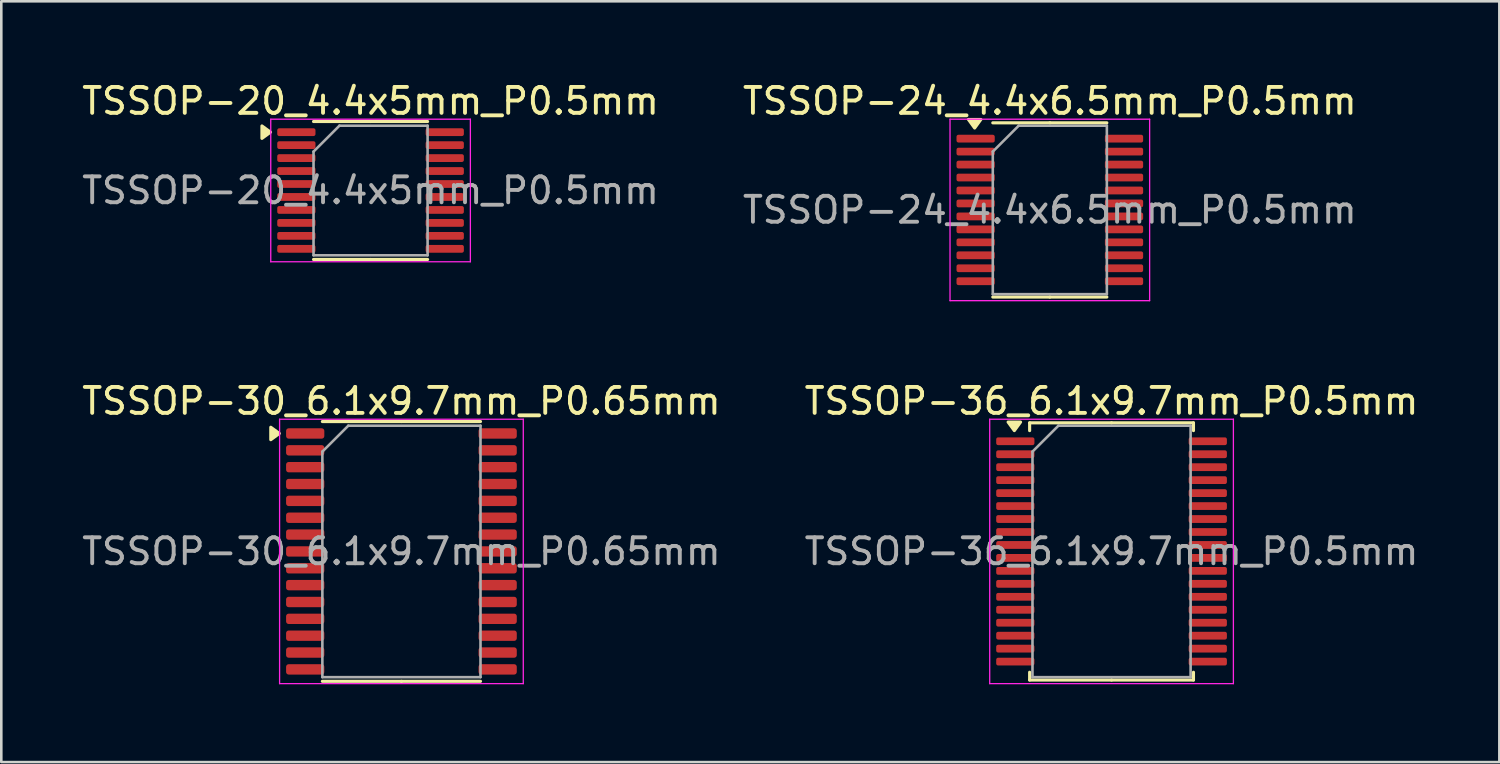
<source format=kicad_pcb>
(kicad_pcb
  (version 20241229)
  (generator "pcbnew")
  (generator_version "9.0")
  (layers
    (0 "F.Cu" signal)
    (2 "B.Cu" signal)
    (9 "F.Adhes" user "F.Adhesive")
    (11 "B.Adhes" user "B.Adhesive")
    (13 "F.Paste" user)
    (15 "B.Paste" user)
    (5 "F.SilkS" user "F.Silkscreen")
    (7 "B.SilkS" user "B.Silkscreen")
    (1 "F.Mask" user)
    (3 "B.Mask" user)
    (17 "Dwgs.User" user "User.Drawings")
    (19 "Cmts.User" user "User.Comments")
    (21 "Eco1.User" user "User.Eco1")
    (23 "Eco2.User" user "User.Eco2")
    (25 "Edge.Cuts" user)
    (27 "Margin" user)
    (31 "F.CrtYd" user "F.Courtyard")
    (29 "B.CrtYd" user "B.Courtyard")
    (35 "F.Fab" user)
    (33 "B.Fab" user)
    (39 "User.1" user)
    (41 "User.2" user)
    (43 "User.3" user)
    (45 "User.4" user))
  (footprint "TSSOP-36_6.1x9.7mm_P0.5mm"
    (layer "F.Cu")
    (at 39.827 18.221)
    (property "Reference" "TSSOP-36_6.1x9.7mm_P0.5mm" (at 0 -5.8 0) (layer "F.SilkS") (effects (font (size 1 1) (thickness 0.15))))
    (attr smd)
    (fp_line (start -3.16 -4.96) (end -3.16 -4.66) (stroke (width 0.12) (type solid)) (layer "F.SilkS"))
    (fp_line (start -3.16 4.96) (end -3.16 4.66) (stroke (width 0.12) (type solid)) (layer "F.SilkS"))
    (fp_line (start 0 -4.96) (end -3.16 -4.96) (stroke (width 0.12) (type solid)) (layer "F.SilkS"))
    (fp_line (start 0 -4.96) (end 3.16 -4.96) (stroke (width 0.12) (type solid)) (layer "F.SilkS"))
    (fp_line (start 0 4.96) (end -3.16 4.96) (stroke (width 0.12) (type solid)) (layer "F.SilkS"))
    (fp_line (start 0 4.96) (end 3.16 4.96) (stroke (width 0.12) (type solid)) (layer "F.SilkS"))
    (fp_line (start 3.16 -4.96) (end 3.16 -4.66) (stroke (width 0.12) (type solid)) (layer "F.SilkS"))
    (fp_line (start 3.16 4.96) (end 3.16 4.66) (stroke (width 0.12) (type solid)) (layer "F.SilkS"))
    (fp_poly (pts (xy -3.75 -4.66) (xy -3.99 -4.99) (xy -3.51 -4.99) (xy -3.75 -4.66)) (stroke (width 0.12) (type solid)) (fill yes) (layer "F.SilkS"))
    (fp_line (start -4.7 -5.1) (end -4.7 5.1) (stroke (width 0.05) (type solid)) (layer "F.CrtYd"))
    (fp_line (start -4.7 5.1) (end 4.7 5.1) (stroke (width 0.05) (type solid)) (layer "F.CrtYd"))
    (fp_line (start 4.7 -5.1) (end -4.7 -5.1) (stroke (width 0.05) (type solid)) (layer "F.CrtYd"))
    (fp_line (start 4.7 5.1) (end 4.7 -5.1) (stroke (width 0.05) (type solid)) (layer "F.CrtYd"))
    (fp_line (start -3.05 -3.85) (end -2.05 -4.85) (stroke (width 0.1) (type solid)) (layer "F.Fab"))
    (fp_line (start -3.05 4.85) (end -3.05 -3.85) (stroke (width 0.1) (type solid)) (layer "F.Fab"))
    (fp_line (start -2.05 -4.85) (end 3.05 -4.85) (stroke (width 0.1) (type solid)) (layer "F.Fab"))
    (fp_line (start 3.05 -4.85) (end 3.05 4.85) (stroke (width 0.1) (type solid)) (layer "F.Fab"))
    (fp_line (start 3.05 4.85) (end -3.05 4.85) (stroke (width 0.1) (type solid)) (layer "F.Fab"))
    (fp_text user "${REFERENCE}" (at 0 0 0) (layer "F.Fab") (effects (font (size 1 1) (thickness 0.15))))
    (pad "1" smd roundrect (at -3.712 -4.25) (size 1.475 0.3) (layers "F.Cu" "F.Mask" "F.Paste") (roundrect_rratio 0.25))
    (pad "2" smd roundrect (at -3.712 -3.75) (size 1.475 0.3) (layers "F.Cu" "F.Mask" "F.Paste") (roundrect_rratio 0.25))
    (pad "3" smd roundrect (at -3.712 -3.25) (size 1.475 0.3) (layers "F.Cu" "F.Mask" "F.Paste") (roundrect_rratio 0.25))
    (pad "4" smd roundrect (at -3.712 -2.75) (size 1.475 0.3) (layers "F.Cu" "F.Mask" "F.Paste") (roundrect_rratio 0.25))
    (pad "5" smd roundrect (at -3.712 -2.25) (size 1.475 0.3) (layers "F.Cu" "F.Mask" "F.Paste") (roundrect_rratio 0.25))
    (pad "6" smd roundrect (at -3.712 -1.75) (size 1.475 0.3) (layers "F.Cu" "F.Mask" "F.Paste") (roundrect_rratio 0.25))
    (pad "7" smd roundrect (at -3.712 -1.25) (size 1.475 0.3) (layers "F.Cu" "F.Mask" "F.Paste") (roundrect_rratio 0.25))
    (pad "8" smd roundrect (at -3.712 -0.75) (size 1.475 0.3) (layers "F.Cu" "F.Mask" "F.Paste") (roundrect_rratio 0.25))
    (pad "9" smd roundrect (at -3.712 -0.25) (size 1.475 0.3) (layers "F.Cu" "F.Mask" "F.Paste") (roundrect_rratio 0.25))
    (pad "10" smd roundrect (at -3.712 0.25) (size 1.475 0.3) (layers "F.Cu" "F.Mask" "F.Paste") (roundrect_rratio 0.25))
    (pad "11" smd roundrect (at -3.712 0.75) (size 1.475 0.3) (layers "F.Cu" "F.Mask" "F.Paste") (roundrect_rratio 0.25))
    (pad "12" smd roundrect (at -3.712 1.25) (size 1.475 0.3) (layers "F.Cu" "F.Mask" "F.Paste") (roundrect_rratio 0.25))
    (pad "13" smd roundrect (at -3.712 1.75) (size 1.475 0.3) (layers "F.Cu" "F.Mask" "F.Paste") (roundrect_rratio 0.25))
    (pad "14" smd roundrect (at -3.712 2.25) (size 1.475 0.3) (layers "F.Cu" "F.Mask" "F.Paste") (roundrect_rratio 0.25))
    (pad "15" smd roundrect (at -3.712 2.75) (size 1.475 0.3) (layers "F.Cu" "F.Mask" "F.Paste") (roundrect_rratio 0.25))
    (pad "16" smd roundrect (at -3.712 3.25) (size 1.475 0.3) (layers "F.Cu" "F.Mask" "F.Paste") (roundrect_rratio 0.25))
    (pad "17" smd roundrect (at -3.712 3.75) (size 1.475 0.3) (layers "F.Cu" "F.Mask" "F.Paste") (roundrect_rratio 0.25))
    (pad "18" smd roundrect (at -3.712 4.25) (size 1.475 0.3) (layers "F.Cu" "F.Mask" "F.Paste") (roundrect_rratio 0.25))
    (pad "19" smd roundrect (at 3.712 4.25) (size 1.475 0.3) (layers "F.Cu" "F.Mask" "F.Paste") (roundrect_rratio 0.25))
    (pad "20" smd roundrect (at 3.712 3.75) (size 1.475 0.3) (layers "F.Cu" "F.Mask" "F.Paste") (roundrect_rratio 0.25))
    (pad "21" smd roundrect (at 3.712 3.25) (size 1.475 0.3) (layers "F.Cu" "F.Mask" "F.Paste") (roundrect_rratio 0.25))
    (pad "22" smd roundrect (at 3.712 2.75) (size 1.475 0.3) (layers "F.Cu" "F.Mask" "F.Paste") (roundrect_rratio 0.25))
    (pad "23" smd roundrect (at 3.712 2.25) (size 1.475 0.3) (layers "F.Cu" "F.Mask" "F.Paste") (roundrect_rratio 0.25))
    (pad "24" smd roundrect (at 3.712 1.75) (size 1.475 0.3) (layers "F.Cu" "F.Mask" "F.Paste") (roundrect_rratio 0.25))
    (pad "25" smd roundrect (at 3.712 1.25) (size 1.475 0.3) (layers "F.Cu" "F.Mask" "F.Paste") (roundrect_rratio 0.25))
    (pad "26" smd roundrect (at 3.712 0.75) (size 1.475 0.3) (layers "F.Cu" "F.Mask" "F.Paste") (roundrect_rratio 0.25))
    (pad "27" smd roundrect (at 3.712 0.25) (size 1.475 0.3) (layers "F.Cu" "F.Mask" "F.Paste") (roundrect_rratio 0.25))
    (pad "28" smd roundrect (at 3.712 -0.25) (size 1.475 0.3) (layers "F.Cu" "F.Mask" "F.Paste") (roundrect_rratio 0.25))
    (pad "29" smd roundrect (at 3.712 -0.75) (size 1.475 0.3) (layers "F.Cu" "F.Mask" "F.Paste") (roundrect_rratio 0.25))
    (pad "30" smd roundrect (at 3.712 -1.25) (size 1.475 0.3) (layers "F.Cu" "F.Mask" "F.Paste") (roundrect_rratio 0.25))
    (pad "31" smd roundrect (at 3.712 -1.75) (size 1.475 0.3) (layers "F.Cu" "F.Mask" "F.Paste") (roundrect_rratio 0.25))
    (pad "32" smd roundrect (at 3.712 -2.25) (size 1.475 0.3) (layers "F.Cu" "F.Mask" "F.Paste") (roundrect_rratio 0.25))
    (pad "33" smd roundrect (at 3.712 -2.75) (size 1.475 0.3) (layers "F.Cu" "F.Mask" "F.Paste") (roundrect_rratio 0.25))
    (pad "34" smd roundrect (at 3.712 -3.25) (size 1.475 0.3) (layers "F.Cu" "F.Mask" "F.Paste") (roundrect_rratio 0.25))
    (pad "35" smd roundrect (at 3.712 -3.75) (size 1.475 0.3) (layers "F.Cu" "F.Mask" "F.Paste") (roundrect_rratio 0.25))
    (pad "36" smd roundrect (at 3.712 -4.25) (size 1.475 0.3) (layers "F.Cu" "F.Mask" "F.Paste") (roundrect_rratio 0.25)))
  (footprint "TSSOP-30_6.1x9.7mm_P0.65mm"
    (layer "F.Cu")
    (at 12.435 18.221)
    (property "Reference" "TSSOP-30_6.1x9.7mm_P0.65mm" (at 0 -5.8 0) (layer "F.SilkS") (effects (font (size 1 1) (thickness 0.15))))
    (attr smd)
    (fp_line (start 0 -5.01) (end -3.05 -5.01) (stroke (width 0.12) (type solid)) (layer "F.SilkS"))
    (fp_line (start 0 -5.01) (end 3.05 -5.01) (stroke (width 0.12) (type solid)) (layer "F.SilkS"))
    (fp_line (start 0 5.01) (end -3.05 5.01) (stroke (width 0.12) (type solid)) (layer "F.SilkS"))
    (fp_line (start 0 5.01) (end 3.05 5.01) (stroke (width 0.12) (type solid)) (layer "F.SilkS"))
    (fp_poly (pts (xy -4.71 -4.55) (xy -5.04 -4.79) (xy -5.04 -4.31) (xy -4.71 -4.55)) (stroke (width 0.12) (type solid)) (fill yes) (layer "F.SilkS"))
    (fp_line (start -4.7 -5.1) (end -4.7 5.1) (stroke (width 0.05) (type solid)) (layer "F.CrtYd"))
    (fp_line (start -4.7 5.1) (end 4.7 5.1) (stroke (width 0.05) (type solid)) (layer "F.CrtYd"))
    (fp_line (start 4.7 -5.1) (end -4.7 -5.1) (stroke (width 0.05) (type solid)) (layer "F.CrtYd"))
    (fp_line (start 4.7 5.1) (end 4.7 -5.1) (stroke (width 0.05) (type solid)) (layer "F.CrtYd"))
    (fp_line (start -3.05 -3.85) (end -2.05 -4.85) (stroke (width 0.1) (type solid)) (layer "F.Fab"))
    (fp_line (start -3.05 4.85) (end -3.05 -3.85) (stroke (width 0.1) (type solid)) (layer "F.Fab"))
    (fp_line (start -2.05 -4.85) (end 3.05 -4.85) (stroke (width 0.1) (type solid)) (layer "F.Fab"))
    (fp_line (start 3.05 -4.85) (end 3.05 4.85) (stroke (width 0.1) (type solid)) (layer "F.Fab"))
    (fp_line (start 3.05 4.85) (end -3.05 4.85) (stroke (width 0.1) (type solid)) (layer "F.Fab"))
    (fp_text user "${REFERENCE}" (at 0 0 0) (layer "F.Fab") (effects (font (size 1 1) (thickness 0.15))))
    (pad "1" smd roundrect (at -3.712 -4.55) (size 1.475 0.4) (layers "F.Cu" "F.Mask" "F.Paste") (roundrect_rratio 0.25))
    (pad "2" smd roundrect (at -3.712 -3.9) (size 1.475 0.4) (layers "F.Cu" "F.Mask" "F.Paste") (roundrect_rratio 0.25))
    (pad "3" smd roundrect (at -3.712 -3.25) (size 1.475 0.4) (layers "F.Cu" "F.Mask" "F.Paste") (roundrect_rratio 0.25))
    (pad "4" smd roundrect (at -3.712 -2.6) (size 1.475 0.4) (layers "F.Cu" "F.Mask" "F.Paste") (roundrect_rratio 0.25))
    (pad "5" smd roundrect (at -3.712 -1.95) (size 1.475 0.4) (layers "F.Cu" "F.Mask" "F.Paste") (roundrect_rratio 0.25))
    (pad "6" smd roundrect (at -3.712 -1.3) (size 1.475 0.4) (layers "F.Cu" "F.Mask" "F.Paste") (roundrect_rratio 0.25))
    (pad "7" smd roundrect (at -3.712 -0.65) (size 1.475 0.4) (layers "F.Cu" "F.Mask" "F.Paste") (roundrect_rratio 0.25))
    (pad "8" smd roundrect (at -3.712 0) (size 1.475 0.4) (layers "F.Cu" "F.Mask" "F.Paste") (roundrect_rratio 0.25))
    (pad "9" smd roundrect (at -3.712 0.65) (size 1.475 0.4) (layers "F.Cu" "F.Mask" "F.Paste") (roundrect_rratio 0.25))
    (pad "10" smd roundrect (at -3.712 1.3) (size 1.475 0.4) (layers "F.Cu" "F.Mask" "F.Paste") (roundrect_rratio 0.25))
    (pad "11" smd roundrect (at -3.712 1.95) (size 1.475 0.4) (layers "F.Cu" "F.Mask" "F.Paste") (roundrect_rratio 0.25))
    (pad "12" smd roundrect (at -3.712 2.6) (size 1.475 0.4) (layers "F.Cu" "F.Mask" "F.Paste") (roundrect_rratio 0.25))
    (pad "13" smd roundrect (at -3.712 3.25) (size 1.475 0.4) (layers "F.Cu" "F.Mask" "F.Paste") (roundrect_rratio 0.25))
    (pad "14" smd roundrect (at -3.712 3.9) (size 1.475 0.4) (layers "F.Cu" "F.Mask" "F.Paste") (roundrect_rratio 0.25))
    (pad "15" smd roundrect (at -3.712 4.55) (size 1.475 0.4) (layers "F.Cu" "F.Mask" "F.Paste") (roundrect_rratio 0.25))
    (pad "16" smd roundrect (at 3.712 4.55) (size 1.475 0.4) (layers "F.Cu" "F.Mask" "F.Paste") (roundrect_rratio 0.25))
    (pad "17" smd roundrect (at 3.712 3.9) (size 1.475 0.4) (layers "F.Cu" "F.Mask" "F.Paste") (roundrect_rratio 0.25))
    (pad "18" smd roundrect (at 3.712 3.25) (size 1.475 0.4) (layers "F.Cu" "F.Mask" "F.Paste") (roundrect_rratio 0.25))
    (pad "19" smd roundrect (at 3.712 2.6) (size 1.475 0.4) (layers "F.Cu" "F.Mask" "F.Paste") (roundrect_rratio 0.25))
    (pad "20" smd roundrect (at 3.712 1.95) (size 1.475 0.4) (layers "F.Cu" "F.Mask" "F.Paste") (roundrect_rratio 0.25))
    (pad "21" smd roundrect (at 3.712 1.3) (size 1.475 0.4) (layers "F.Cu" "F.Mask" "F.Paste") (roundrect_rratio 0.25))
    (pad "22" smd roundrect (at 3.712 0.65) (size 1.475 0.4) (layers "F.Cu" "F.Mask" "F.Paste") (roundrect_rratio 0.25))
    (pad "23" smd roundrect (at 3.712 0) (size 1.475 0.4) (layers "F.Cu" "F.Mask" "F.Paste") (roundrect_rratio 0.25))
    (pad "24" smd roundrect (at 3.712 -0.65) (size 1.475 0.4) (layers "F.Cu" "F.Mask" "F.Paste") (roundrect_rratio 0.25))
    (pad "25" smd roundrect (at 3.712 -1.3) (size 1.475 0.4) (layers "F.Cu" "F.Mask" "F.Paste") (roundrect_rratio 0.25))
    (pad "26" smd roundrect (at 3.712 -1.95) (size 1.475 0.4) (layers "F.Cu" "F.Mask" "F.Paste") (roundrect_rratio 0.25))
    (pad "27" smd roundrect (at 3.712 -2.6) (size 1.475 0.4) (layers "F.Cu" "F.Mask" "F.Paste") (roundrect_rratio 0.25))
    (pad "28" smd roundrect (at 3.712 -3.25) (size 1.475 0.4) (layers "F.Cu" "F.Mask" "F.Paste") (roundrect_rratio 0.25))
    (pad "29" smd roundrect (at 3.712 -3.9) (size 1.475 0.4) (layers "F.Cu" "F.Mask" "F.Paste") (roundrect_rratio 0.25))
    (pad "30" smd roundrect (at 3.712 -4.55) (size 1.475 0.4) (layers "F.Cu" "F.Mask" "F.Paste") (roundrect_rratio 0.25)))
  (footprint "TSSOP-24_4.4x6.5mm_P0.5mm"
    (layer "F.Cu")
    (at 37.446 5.048)
    (property "Reference" "TSSOP-24_4.4x6.5mm_P0.5mm" (at 0 -4.2 0) (layer "F.SilkS") (effects (font (size 1 1) (thickness 0.15))))
    (attr smd)
    (fp_line (start 0 -3.36) (end -2.2 -3.36) (stroke (width 0.12) (type solid)) (layer "F.SilkS"))
    (fp_line (start 0 -3.36) (end 2.2 -3.36) (stroke (width 0.12) (type solid)) (layer "F.SilkS"))
    (fp_line (start 0 3.36) (end -2.2 3.36) (stroke (width 0.12) (type solid)) (layer "F.SilkS"))
    (fp_line (start 0 3.36) (end 2.2 3.36) (stroke (width 0.12) (type solid)) (layer "F.SilkS"))
    (fp_poly (pts (xy -2.9 -3.16) (xy -3.14 -3.49) (xy -2.66 -3.49) (xy -2.9 -3.16)) (stroke (width 0.12) (type solid)) (fill yes) (layer "F.SilkS"))
    (fp_line (start -3.85 -3.5) (end -3.85 3.5) (stroke (width 0.05) (type solid)) (layer "F.CrtYd"))
    (fp_line (start -3.85 3.5) (end 3.85 3.5) (stroke (width 0.05) (type solid)) (layer "F.CrtYd"))
    (fp_line (start 3.85 -3.5) (end -3.85 -3.5) (stroke (width 0.05) (type solid)) (layer "F.CrtYd"))
    (fp_line (start 3.85 3.5) (end 3.85 -3.5) (stroke (width 0.05) (type solid)) (layer "F.CrtYd"))
    (fp_line (start -2.2 -2.25) (end -1.2 -3.25) (stroke (width 0.1) (type solid)) (layer "F.Fab"))
    (fp_line (start -2.2 3.25) (end -2.2 -2.25) (stroke (width 0.1) (type solid)) (layer "F.Fab"))
    (fp_line (start -1.2 -3.25) (end 2.2 -3.25) (stroke (width 0.1) (type solid)) (layer "F.Fab"))
    (fp_line (start 2.2 -3.25) (end 2.2 3.25) (stroke (width 0.1) (type solid)) (layer "F.Fab"))
    (fp_line (start 2.2 3.25) (end -2.2 3.25) (stroke (width 0.1) (type solid)) (layer "F.Fab"))
    (fp_text user "${REFERENCE}" (at 0 0 0) (layer "F.Fab") (effects (font (size 1 1) (thickness 0.15))))
    (pad "1" smd roundrect (at -2.862 -2.75) (size 1.475 0.3) (layers "F.Cu" "F.Mask" "F.Paste") (roundrect_rratio 0.25))
    (pad "2" smd roundrect (at -2.862 -2.25) (size 1.475 0.3) (layers "F.Cu" "F.Mask" "F.Paste") (roundrect_rratio 0.25))
    (pad "3" smd roundrect (at -2.862 -1.75) (size 1.475 0.3) (layers "F.Cu" "F.Mask" "F.Paste") (roundrect_rratio 0.25))
    (pad "4" smd roundrect (at -2.862 -1.25) (size 1.475 0.3) (layers "F.Cu" "F.Mask" "F.Paste") (roundrect_rratio 0.25))
    (pad "5" smd roundrect (at -2.862 -0.75) (size 1.475 0.3) (layers "F.Cu" "F.Mask" "F.Paste") (roundrect_rratio 0.25))
    (pad "6" smd roundrect (at -2.862 -0.25) (size 1.475 0.3) (layers "F.Cu" "F.Mask" "F.Paste") (roundrect_rratio 0.25))
    (pad "7" smd roundrect (at -2.862 0.25) (size 1.475 0.3) (layers "F.Cu" "F.Mask" "F.Paste") (roundrect_rratio 0.25))
    (pad "8" smd roundrect (at -2.862 0.75) (size 1.475 0.3) (layers "F.Cu" "F.Mask" "F.Paste") (roundrect_rratio 0.25))
    (pad "9" smd roundrect (at -2.862 1.25) (size 1.475 0.3) (layers "F.Cu" "F.Mask" "F.Paste") (roundrect_rratio 0.25))
    (pad "10" smd roundrect (at -2.862 1.75) (size 1.475 0.3) (layers "F.Cu" "F.Mask" "F.Paste") (roundrect_rratio 0.25))
    (pad "11" smd roundrect (at -2.862 2.25) (size 1.475 0.3) (layers "F.Cu" "F.Mask" "F.Paste") (roundrect_rratio 0.25))
    (pad "12" smd roundrect (at -2.862 2.75) (size 1.475 0.3) (layers "F.Cu" "F.Mask" "F.Paste") (roundrect_rratio 0.25))
    (pad "13" smd roundrect (at 2.862 2.75) (size 1.475 0.3) (layers "F.Cu" "F.Mask" "F.Paste") (roundrect_rratio 0.25))
    (pad "14" smd roundrect (at 2.862 2.25) (size 1.475 0.3) (layers "F.Cu" "F.Mask" "F.Paste") (roundrect_rratio 0.25))
    (pad "15" smd roundrect (at 2.862 1.75) (size 1.475 0.3) (layers "F.Cu" "F.Mask" "F.Paste") (roundrect_rratio 0.25))
    (pad "16" smd roundrect (at 2.862 1.25) (size 1.475 0.3) (layers "F.Cu" "F.Mask" "F.Paste") (roundrect_rratio 0.25))
    (pad "17" smd roundrect (at 2.862 0.75) (size 1.475 0.3) (layers "F.Cu" "F.Mask" "F.Paste") (roundrect_rratio 0.25))
    (pad "18" smd roundrect (at 2.862 0.25) (size 1.475 0.3) (layers "F.Cu" "F.Mask" "F.Paste") (roundrect_rratio 0.25))
    (pad "19" smd roundrect (at 2.862 -0.25) (size 1.475 0.3) (layers "F.Cu" "F.Mask" "F.Paste") (roundrect_rratio 0.25))
    (pad "20" smd roundrect (at 2.862 -0.75) (size 1.475 0.3) (layers "F.Cu" "F.Mask" "F.Paste") (roundrect_rratio 0.25))
    (pad "21" smd roundrect (at 2.862 -1.25) (size 1.475 0.3) (layers "F.Cu" "F.Mask" "F.Paste") (roundrect_rratio 0.25))
    (pad "22" smd roundrect (at 2.862 -1.75) (size 1.475 0.3) (layers "F.Cu" "F.Mask" "F.Paste") (roundrect_rratio 0.25))
    (pad "23" smd roundrect (at 2.862 -2.25) (size 1.475 0.3) (layers "F.Cu" "F.Mask" "F.Paste") (roundrect_rratio 0.25))
    (pad "24" smd roundrect (at 2.862 -2.75) (size 1.475 0.3) (layers "F.Cu" "F.Mask" "F.Paste") (roundrect_rratio 0.25)))
  (footprint "TSSOP-20_4.4x5mm_P0.5mm"
    (layer "F.Cu")
    (at 11.244 4.298)
    (property "Reference" "TSSOP-20_4.4x5mm_P0.5mm" (at 0 -3.45 0) (layer "F.SilkS") (effects (font (size 1 1) (thickness 0.15))))
    (attr smd)
    (fp_line (start 0 -2.66) (end -2.2 -2.66) (stroke (width 0.12) (type solid)) (layer "F.SilkS"))
    (fp_line (start 0 -2.66) (end 2.2 -2.66) (stroke (width 0.12) (type solid)) (layer "F.SilkS"))
    (fp_line (start 0 2.66) (end -2.2 2.66) (stroke (width 0.12) (type solid)) (layer "F.SilkS"))
    (fp_line (start 0 2.66) (end 2.2 2.66) (stroke (width 0.12) (type solid)) (layer "F.SilkS"))
    (fp_poly (pts (xy -3.86 -2.25) (xy -4.19 -2.49) (xy -4.19 -2.01) (xy -3.86 -2.25)) (stroke (width 0.12) (type solid)) (fill yes) (layer "F.SilkS"))
    (fp_line (start -3.85 -2.75) (end -3.85 2.75) (stroke (width 0.05) (type solid)) (layer "F.CrtYd"))
    (fp_line (start -3.85 2.75) (end 3.85 2.75) (stroke (width 0.05) (type solid)) (layer "F.CrtYd"))
    (fp_line (start 3.85 -2.75) (end -3.85 -2.75) (stroke (width 0.05) (type solid)) (layer "F.CrtYd"))
    (fp_line (start 3.85 2.75) (end 3.85 -2.75) (stroke (width 0.05) (type solid)) (layer "F.CrtYd"))
    (fp_line (start -2.2 -1.5) (end -1.2 -2.5) (stroke (width 0.1) (type solid)) (layer "F.Fab"))
    (fp_line (start -2.2 2.5) (end -2.2 -1.5) (stroke (width 0.1) (type solid)) (layer "F.Fab"))
    (fp_line (start -1.2 -2.5) (end 2.2 -2.5) (stroke (width 0.1) (type solid)) (layer "F.Fab"))
    (fp_line (start 2.2 -2.5) (end 2.2 2.5) (stroke (width 0.1) (type solid)) (layer "F.Fab"))
    (fp_line (start 2.2 2.5) (end -2.2 2.5) (stroke (width 0.1) (type solid)) (layer "F.Fab"))
    (fp_text user "${REFERENCE}" (at 0 0 0) (layer "F.Fab") (effects (font (size 1 1) (thickness 0.15))))
    (pad "1" smd roundrect (at -2.862 -2.25) (size 1.475 0.3) (layers "F.Cu" "F.Mask" "F.Paste") (roundrect_rratio 0.25))
    (pad "2" smd roundrect (at -2.862 -1.75) (size 1.475 0.3) (layers "F.Cu" "F.Mask" "F.Paste") (roundrect_rratio 0.25))
    (pad "3" smd roundrect (at -2.862 -1.25) (size 1.475 0.3) (layers "F.Cu" "F.Mask" "F.Paste") (roundrect_rratio 0.25))
    (pad "4" smd roundrect (at -2.862 -0.75) (size 1.475 0.3) (layers "F.Cu" "F.Mask" "F.Paste") (roundrect_rratio 0.25))
    (pad "5" smd roundrect (at -2.862 -0.25) (size 1.475 0.3) (layers "F.Cu" "F.Mask" "F.Paste") (roundrect_rratio 0.25))
    (pad "6" smd roundrect (at -2.862 0.25) (size 1.475 0.3) (layers "F.Cu" "F.Mask" "F.Paste") (roundrect_rratio 0.25))
    (pad "7" smd roundrect (at -2.862 0.75) (size 1.475 0.3) (layers "F.Cu" "F.Mask" "F.Paste") (roundrect_rratio 0.25))
    (pad "8" smd roundrect (at -2.862 1.25) (size 1.475 0.3) (layers "F.Cu" "F.Mask" "F.Paste") (roundrect_rratio 0.25))
    (pad "9" smd roundrect (at -2.862 1.75) (size 1.475 0.3) (layers "F.Cu" "F.Mask" "F.Paste") (roundrect_rratio 0.25))
    (pad "10" smd roundrect (at -2.862 2.25) (size 1.475 0.3) (layers "F.Cu" "F.Mask" "F.Paste") (roundrect_rratio 0.25))
    (pad "11" smd roundrect (at 2.862 2.25) (size 1.475 0.3) (layers "F.Cu" "F.Mask" "F.Paste") (roundrect_rratio 0.25))
    (pad "12" smd roundrect (at 2.862 1.75) (size 1.475 0.3) (layers "F.Cu" "F.Mask" "F.Paste") (roundrect_rratio 0.25))
    (pad "13" smd roundrect (at 2.862 1.25) (size 1.475 0.3) (layers "F.Cu" "F.Mask" "F.Paste") (roundrect_rratio 0.25))
    (pad "14" smd roundrect (at 2.862 0.75) (size 1.475 0.3) (layers "F.Cu" "F.Mask" "F.Paste") (roundrect_rratio 0.25))
    (pad "15" smd roundrect (at 2.862 0.25) (size 1.475 0.3) (layers "F.Cu" "F.Mask" "F.Paste") (roundrect_rratio 0.25))
    (pad "16" smd roundrect (at 2.862 -0.25) (size 1.475 0.3) (layers "F.Cu" "F.Mask" "F.Paste") (roundrect_rratio 0.25))
    (pad "17" smd roundrect (at 2.862 -0.75) (size 1.475 0.3) (layers "F.Cu" "F.Mask" "F.Paste") (roundrect_rratio 0.25))
    (pad "18" smd roundrect (at 2.862 -1.25) (size 1.475 0.3) (layers "F.Cu" "F.Mask" "F.Paste") (roundrect_rratio 0.25))
    (pad "19" smd roundrect (at 2.862 -1.75) (size 1.475 0.3) (layers "F.Cu" "F.Mask" "F.Paste") (roundrect_rratio 0.25))
    (pad "20" smd roundrect (at 2.862 -2.25) (size 1.475 0.3) (layers "F.Cu" "F.Mask" "F.Paste") (roundrect_rratio 0.25)))
  (gr_rect
    (start -3 -3)
    (end 54.786 26.346)
    (stroke (width 0.1) (type default))
    (fill no)
    (layer "Edge.Cuts")))
</source>
